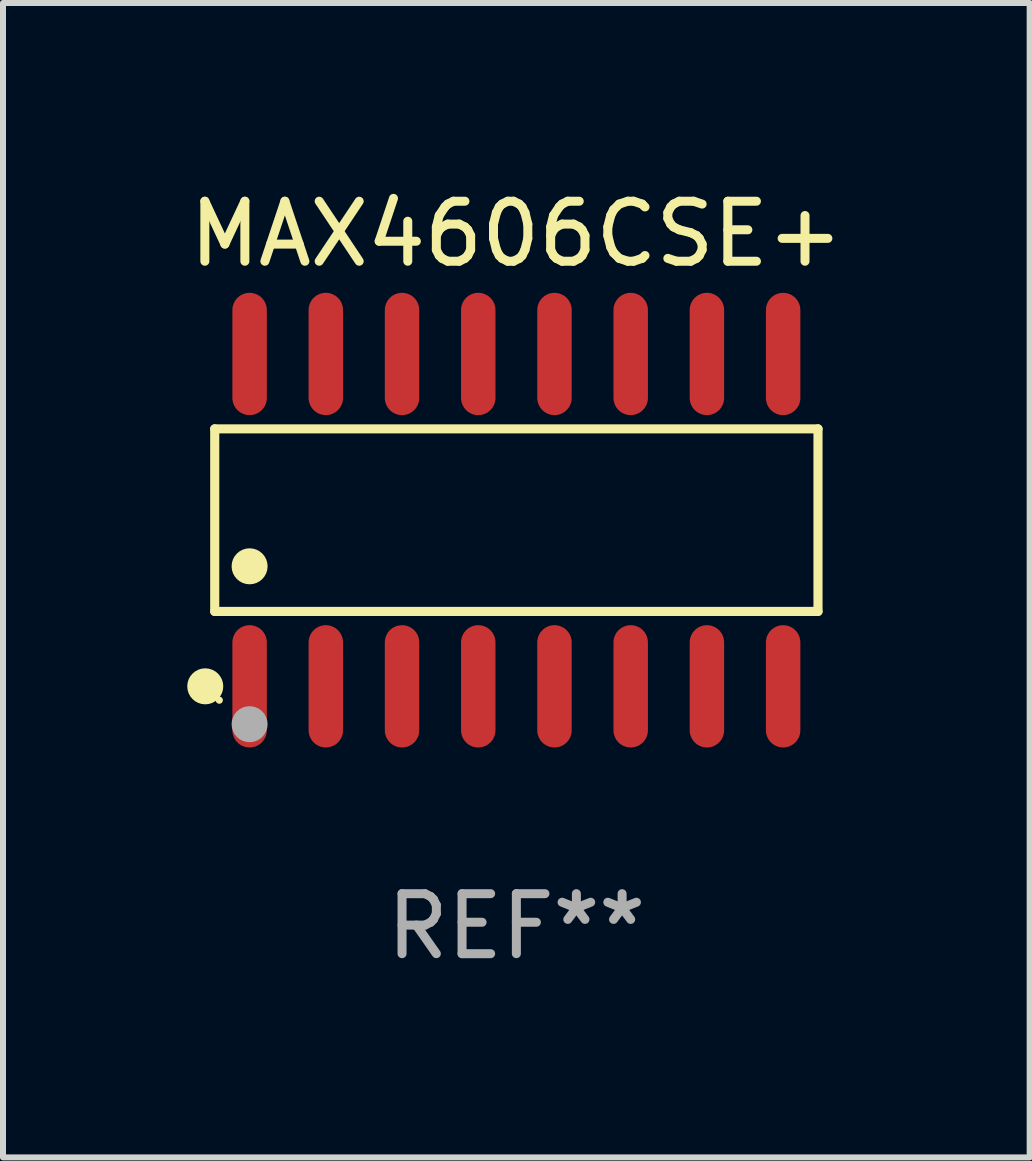
<source format=kicad_pcb>
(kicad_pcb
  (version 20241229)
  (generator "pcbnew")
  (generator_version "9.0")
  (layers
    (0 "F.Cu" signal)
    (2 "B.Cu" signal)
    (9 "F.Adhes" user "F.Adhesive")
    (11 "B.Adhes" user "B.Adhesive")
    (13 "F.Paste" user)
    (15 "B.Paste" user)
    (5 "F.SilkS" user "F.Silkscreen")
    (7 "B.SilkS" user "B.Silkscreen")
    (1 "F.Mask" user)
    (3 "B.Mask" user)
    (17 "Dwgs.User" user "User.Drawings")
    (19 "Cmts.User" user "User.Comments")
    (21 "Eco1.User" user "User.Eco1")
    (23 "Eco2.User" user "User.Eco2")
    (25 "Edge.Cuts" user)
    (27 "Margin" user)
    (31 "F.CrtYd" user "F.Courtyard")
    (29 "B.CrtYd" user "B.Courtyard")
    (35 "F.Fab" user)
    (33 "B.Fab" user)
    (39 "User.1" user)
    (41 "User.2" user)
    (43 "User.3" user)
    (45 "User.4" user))
  (footprint "MAX4606CSE+"
    (layer "F.Cu")
    (at 5.554 5.617)
    (property "Reference" "MAX4606CSE+" (at 0 -4.769 0) (layer "F.SilkS") (effects (font (size 1 1) (thickness 0.15))))
    (attr through_hole)
    (fp_line (start -5.026 -1.521) (end 5.026 -1.521) (stroke (width 0.152) (type solid)) (layer "F.SilkS"))
    (fp_line (start -5.026 1.521) (end -5.026 -1.521) (stroke (width 0.152) (type solid)) (layer "F.SilkS"))
    (fp_line (start 5.026 -1.521) (end 5.026 1.521) (stroke (width 0.152) (type solid)) (layer "F.SilkS"))
    (fp_line (start 5.026 1.521) (end -5.026 1.521) (stroke (width 0.152) (type solid)) (layer "F.SilkS"))
    (fp_circle (center -5.184 2.769) (end -5.034 2.769) (stroke (width 0.3) (type solid)) (fill no) (layer "F.SilkS"))
    (fp_circle (center -4.95 3) (end -4.92 3) (stroke (width 0.06) (type solid)) (fill no) (layer "F.SilkS"))
    (fp_circle (center -4.445 0.769) (end -4.295 0.769) (stroke (width 0.3) (type solid)) (fill no) (layer "F.SilkS"))
    (fp_circle (center -4.445 3.4) (end -4.295 3.4) (stroke (width 0.3) (type solid)) (fill no) (layer "F.Fab"))
    (fp_text user "REF**" (at 0 6.769 0) (layer "F.Fab") (effects (font (size 1 1) (thickness 0.15))))
    (pad "1" smd oval (at -4.445 2.769) (size 0.574 2.038) (layers "F.Cu" "F.Mask" "F.Paste"))
    (pad "2" smd oval (at -3.175 2.769) (size 0.574 2.038) (layers "F.Cu" "F.Mask" "F.Paste"))
    (pad "3" smd oval (at -1.905 2.769) (size 0.574 2.038) (layers "F.Cu" "F.Mask" "F.Paste"))
    (pad "4" smd oval (at -0.635 2.769) (size 0.574 2.038) (layers "F.Cu" "F.Mask" "F.Paste"))
    (pad "5" smd oval (at 0.635 2.769) (size 0.574 2.038) (layers "F.Cu" "F.Mask" "F.Paste"))
    (pad "6" smd oval (at 1.905 2.769) (size 0.574 2.038) (layers "F.Cu" "F.Mask" "F.Paste"))
    (pad "7" smd oval (at 3.175 2.769) (size 0.574 2.038) (layers "F.Cu" "F.Mask" "F.Paste"))
    (pad "8" smd oval (at 4.445 2.769) (size 0.574 2.038) (layers "F.Cu" "F.Mask" "F.Paste"))
    (pad "9" smd oval (at 4.445 -2.769) (size 0.574 2.038) (layers "F.Cu" "F.Mask" "F.Paste"))
    (pad "10" smd oval (at 3.175 -2.769) (size 0.574 2.038) (layers "F.Cu" "F.Mask" "F.Paste"))
    (pad "11" smd oval (at 1.905 -2.769) (size 0.574 2.038) (layers "F.Cu" "F.Mask" "F.Paste"))
    (pad "12" smd oval (at 0.635 -2.769) (size 0.574 2.038) (layers "F.Cu" "F.Mask" "F.Paste"))
    (pad "13" smd oval (at -0.635 -2.769) (size 0.574 2.038) (layers "F.Cu" "F.Mask" "F.Paste"))
    (pad "14" smd oval (at -1.905 -2.769) (size 0.574 2.038) (layers "F.Cu" "F.Mask" "F.Paste"))
    (pad "15" smd oval (at -3.175 -2.769) (size 0.574 2.038) (layers "F.Cu" "F.Mask" "F.Paste"))
    (pad "16" smd oval (at -4.445 -2.769) (size 0.574 2.038) (layers "F.Cu" "F.Mask" "F.Paste")))
  (gr_rect
    (start -3 -3)
    (end 14.107 16.235)
    (stroke (width 0.1) (type default))
    (fill no)
    (layer "Edge.Cuts")))
</source>
